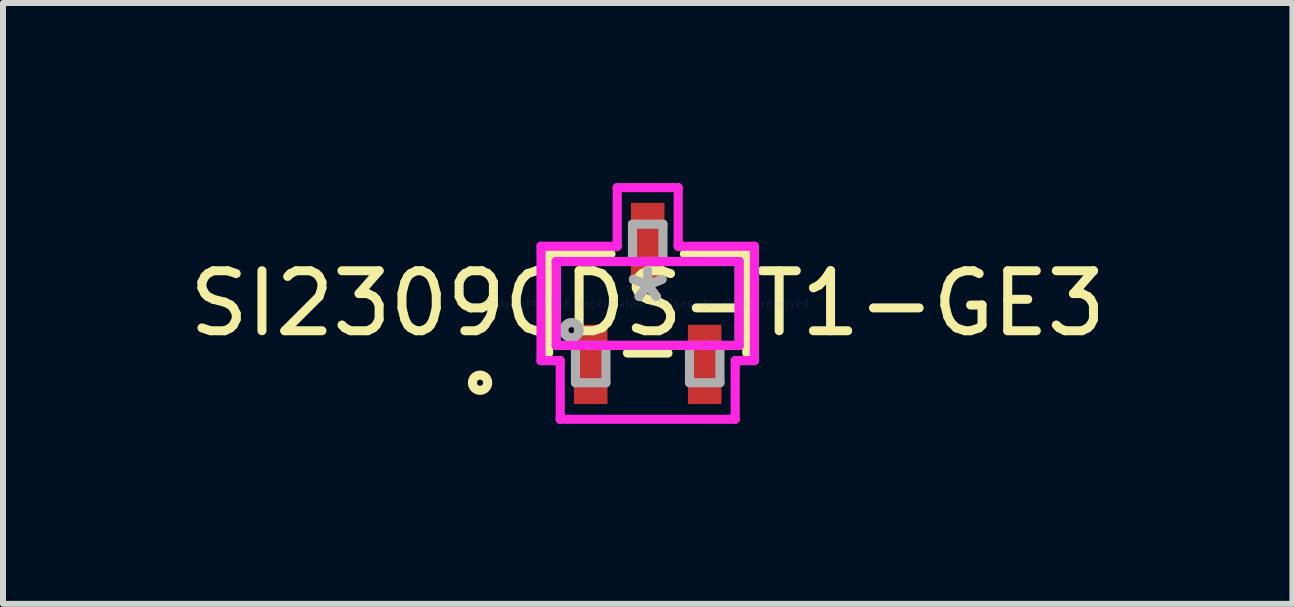
<source format=kicad_pcb>
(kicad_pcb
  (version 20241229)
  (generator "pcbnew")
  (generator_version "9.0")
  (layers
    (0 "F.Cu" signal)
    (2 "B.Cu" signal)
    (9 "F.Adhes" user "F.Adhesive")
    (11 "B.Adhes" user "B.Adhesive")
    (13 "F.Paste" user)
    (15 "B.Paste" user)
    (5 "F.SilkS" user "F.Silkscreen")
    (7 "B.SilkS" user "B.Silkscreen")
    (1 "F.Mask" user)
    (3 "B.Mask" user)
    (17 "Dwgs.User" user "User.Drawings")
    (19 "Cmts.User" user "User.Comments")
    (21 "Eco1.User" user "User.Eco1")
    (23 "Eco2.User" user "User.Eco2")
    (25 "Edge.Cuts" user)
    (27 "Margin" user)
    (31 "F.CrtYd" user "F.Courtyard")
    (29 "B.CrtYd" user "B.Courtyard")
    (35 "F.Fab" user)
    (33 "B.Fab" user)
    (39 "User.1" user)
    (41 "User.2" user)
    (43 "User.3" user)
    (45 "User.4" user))
  (footprint "SI2309CDS-T1-GE3"
    (layer "F.Cu")
    (at 7.744 2.007)
    (property "Reference" "SI2309CDS-T1-GE3" (at 0 0 0) (layer "F.SilkS") (effects (font (size 1 1) (thickness 0.15))))
    (attr through_hole)
    (fp_line (start -1.651 -0.826) (end -1.651 0.826) (stroke (width 0.152) (type solid)) (layer "F.SilkS"))
    (fp_line (start -0.612 -0.826) (end -1.651 -0.826) (stroke (width 0.152) (type solid)) (layer "F.SilkS"))
    (fp_line (start -0.338 0.826) (end 0.338 0.826) (stroke (width 0.152) (type solid)) (layer "F.SilkS"))
    (fp_line (start 1.651 -0.826) (end 0.612 -0.826) (stroke (width 0.152) (type solid)) (layer "F.SilkS"))
    (fp_line (start 1.651 0.826) (end 1.651 -0.826) (stroke (width 0.152) (type solid)) (layer "F.SilkS"))
    (fp_circle (center -2.794 1.321) (end -2.667 1.321) (stroke (width 0.152) (type solid)) (fill no) (layer "F.SilkS"))
    (fp_line (start -1.778 -0.953) (end -0.508 -0.953) (stroke (width 0.152) (type solid)) (layer "F.CrtYd"))
    (fp_line (start -1.778 0.953) (end -1.778 -0.953) (stroke (width 0.152) (type solid)) (layer "F.CrtYd"))
    (fp_line (start -1.524 -0.699) (end 1.524 -0.699) (stroke (width 0.152) (type solid)) (layer "F.CrtYd"))
    (fp_line (start -1.524 0.699) (end -1.524 -0.699) (stroke (width 0.152) (type solid)) (layer "F.CrtYd"))
    (fp_line (start -1.458 0.953) (end -1.778 0.953) (stroke (width 0.152) (type solid)) (layer "F.CrtYd"))
    (fp_line (start -1.458 1.93) (end -1.458 0.953) (stroke (width 0.152) (type solid)) (layer "F.CrtYd"))
    (fp_line (start -0.508 -1.93) (end 0.508 -1.93) (stroke (width 0.152) (type solid)) (layer "F.CrtYd"))
    (fp_line (start -0.508 -0.953) (end -0.508 -1.93) (stroke (width 0.152) (type solid)) (layer "F.CrtYd"))
    (fp_line (start 0.508 -1.93) (end 0.508 -0.953) (stroke (width 0.152) (type solid)) (layer "F.CrtYd"))
    (fp_line (start 0.508 -0.953) (end 1.778 -0.953) (stroke (width 0.152) (type solid)) (layer "F.CrtYd"))
    (fp_line (start 1.458 0.953) (end 1.458 1.93) (stroke (width 0.152) (type solid)) (layer "F.CrtYd"))
    (fp_line (start 1.458 1.93) (end -1.458 1.93) (stroke (width 0.152) (type solid)) (layer "F.CrtYd"))
    (fp_line (start 1.524 -0.699) (end 1.524 0.699) (stroke (width 0.152) (type solid)) (layer "F.CrtYd"))
    (fp_line (start 1.524 0.699) (end -1.524 0.699) (stroke (width 0.152) (type solid)) (layer "F.CrtYd"))
    (fp_line (start 1.778 -0.953) (end 1.778 0.953) (stroke (width 0.152) (type solid)) (layer "F.CrtYd"))
    (fp_line (start 1.778 0.953) (end 1.458 0.953) (stroke (width 0.152) (type solid)) (layer "F.CrtYd"))
    (fp_line (start -1.524 -0.699) (end -1.524 0.699) (stroke (width 0.152) (type solid)) (layer "F.Fab"))
    (fp_line (start -1.524 0.699) (end 1.524 0.699) (stroke (width 0.152) (type solid)) (layer "F.Fab"))
    (fp_line (start -1.204 0.699) (end -1.204 1.321) (stroke (width 0.152) (type solid)) (layer "F.Fab"))
    (fp_line (start -1.204 1.321) (end -0.696 1.321) (stroke (width 0.152) (type solid)) (layer "F.Fab"))
    (fp_line (start -0.696 0.699) (end -1.204 0.699) (stroke (width 0.152) (type solid)) (layer "F.Fab"))
    (fp_line (start -0.696 1.321) (end -0.696 0.699) (stroke (width 0.152) (type solid)) (layer "F.Fab"))
    (fp_line (start -0.254 -1.321) (end -0.254 -0.699) (stroke (width 0.152) (type solid)) (layer "F.Fab"))
    (fp_line (start -0.254 -0.699) (end 0.254 -0.699) (stroke (width 0.152) (type solid)) (layer "F.Fab"))
    (fp_line (start 0.254 -1.321) (end -0.254 -1.321) (stroke (width 0.152) (type solid)) (layer "F.Fab"))
    (fp_line (start 0.254 -0.699) (end 0.254 -1.321) (stroke (width 0.152) (type solid)) (layer "F.Fab"))
    (fp_line (start 0.696 0.699) (end 0.696 1.321) (stroke (width 0.152) (type solid)) (layer "F.Fab"))
    (fp_line (start 0.696 1.321) (end 1.204 1.321) (stroke (width 0.152) (type solid)) (layer "F.Fab"))
    (fp_line (start 1.204 0.699) (end 0.696 0.699) (stroke (width 0.152) (type solid)) (layer "F.Fab"))
    (fp_line (start 1.204 1.321) (end 1.204 0.699) (stroke (width 0.152) (type solid)) (layer "F.Fab"))
    (fp_line (start 1.524 -0.699) (end -1.524 -0.699) (stroke (width 0.152) (type solid)) (layer "F.Fab"))
    (fp_line (start 1.524 0.699) (end 1.524 -0.699) (stroke (width 0.152) (type solid)) (layer "F.Fab"))
    (fp_circle (center -1.27 0.445) (end -1.143 0.445) (stroke (width 0.152) (type solid)) (fill no) (layer "F.Fab"))
    (fp_text user "*" (at 0 0 0) (layer "F.SilkS") (effects (font (size 1 1) (thickness 0.15))))
    (fp_text user "Copyright 2016 Accelerated Designs. All rights reserved." (at 0 0 0) (layer "Cmts.User") (effects (font (size 0.127 0.127) (thickness 0.002))))
    (fp_text user "*" (at 0 0 0) (layer "F.Fab") (effects (font (size 1 1) (thickness 0.15))))
    (pad "1" smd rect (at -0.95 1.016) (size 0.559 1.321) (layers "F.Cu" "F.Mask" "F.Paste"))
    (pad "2" smd rect (at 0.95 1.016) (size 0.559 1.321) (layers "F.Cu" "F.Mask" "F.Paste"))
    (pad "3" smd rect (at 0 -1.016) (size 0.559 1.321) (layers "F.Cu" "F.Mask" "F.Paste")))
  (gr_rect
    (start -3 -3)
    (end 18.488 7.013)
    (stroke (width 0.1) (type default))
    (fill no)
    (layer "Edge.Cuts")))
</source>
